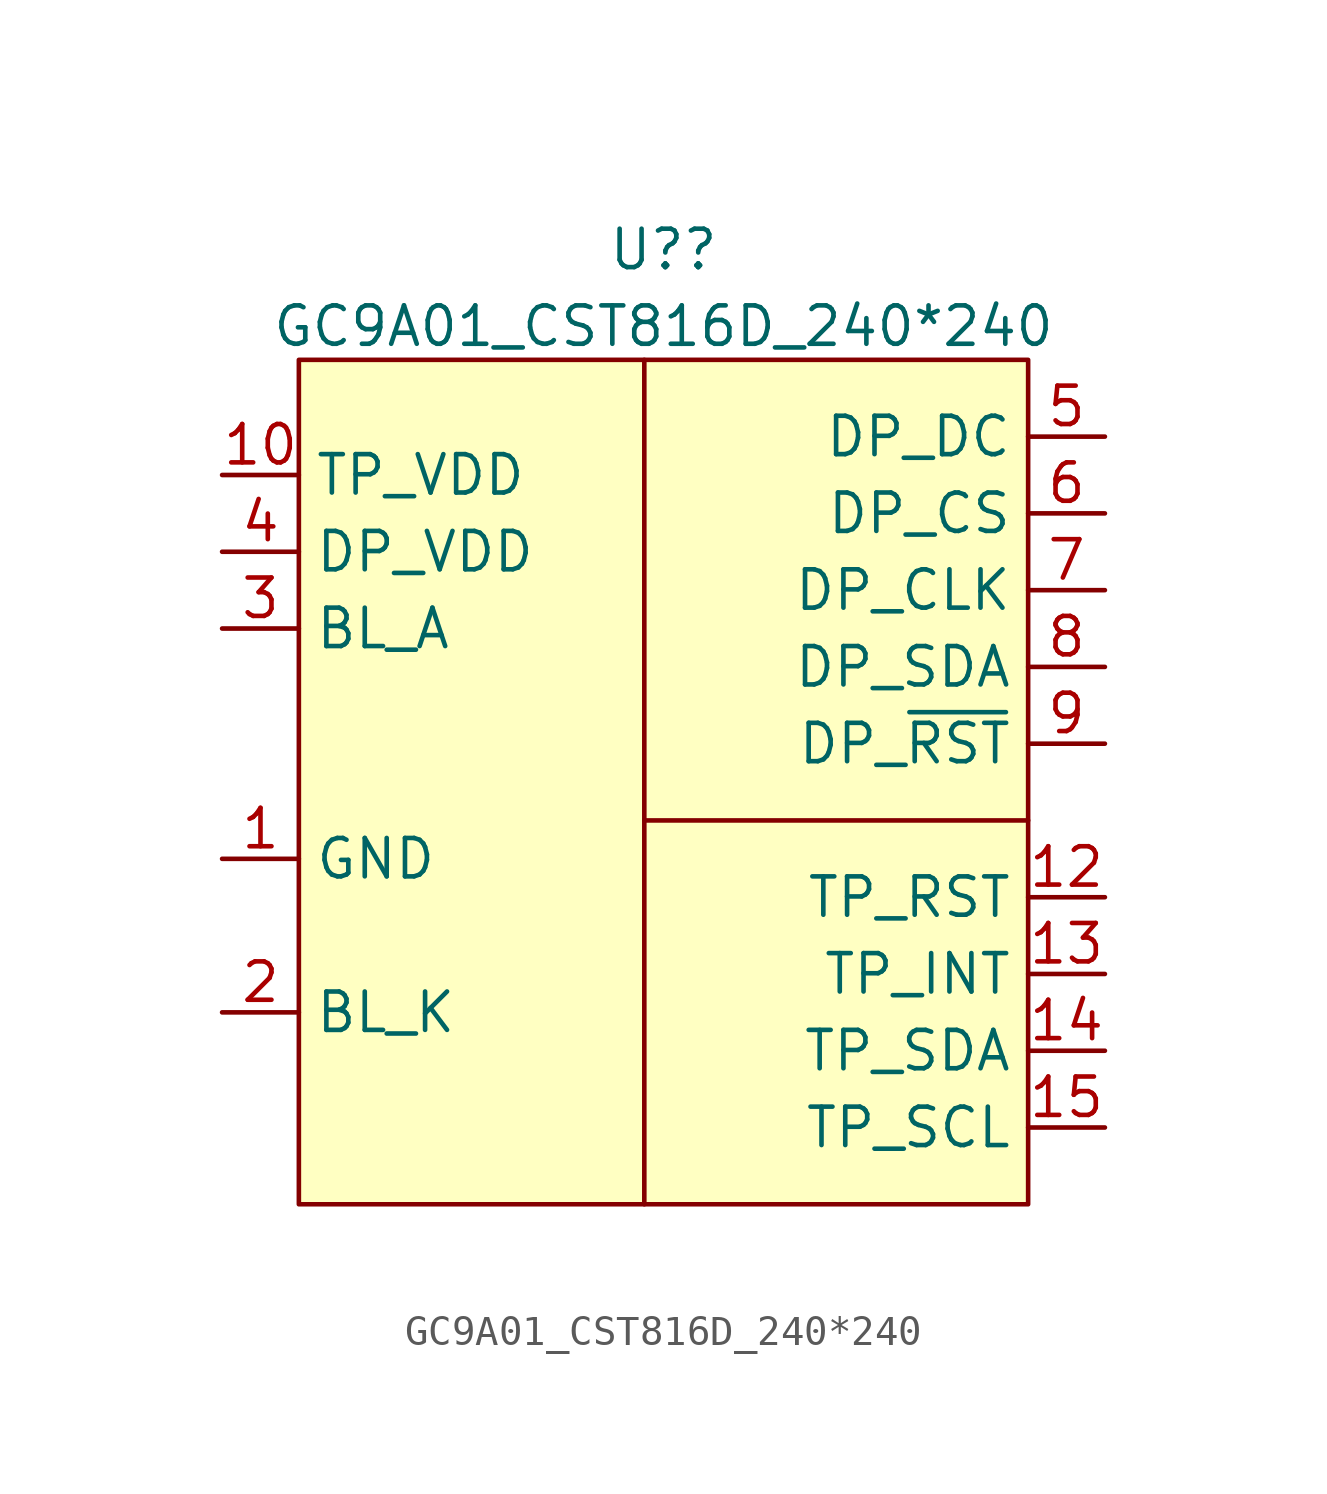
<source format=kicad_sym>
(kicad_symbol_lib
  (version 20211014)
  (generator kicad_symbol_editor)
  (symbol "GC9A01_CST816D_240*240"
    (property "Reference" "U?"
      (at 0.635 3.649 0)
      (effects (font (size 1.27 1.27))))
    (property "Value" "GC9A01_CST816D_240*240"
      (at 0.635 1.112 0)
      (effects (font (size 1.27 1.27))))
    (symbol "GC9A01_CST816D_240*240_0_0"
      (pin passive line (at -13.97 -16.51 0) (length 2.54) (name "GND" (effects (font (size 1.27 1.27)))) (number "1" (effects (font (size 1.27 1.27)))))
      (pin power_in line (at -13.97 -3.81 0) (length 2.54) (name "TP_VDD" (effects (font (size 1.27 1.27)))) (number "10" (effects (font (size 1.27 1.27)))))
      (pin passive line (at -13.97 -16.51 0) (length 2.54) hide (name "GND" (effects (font (size 1.27 1.27)))) (number "11" (effects (font (size 1.27 1.27)))))
      (pin input line (at 15.24 -17.78 180) (length 2.54) (name "TP_RST" (effects (font (size 1.27 1.27)))) (number "12" (effects (font (size 1.27 1.27)))))
      (pin input line (at 15.24 -20.32 180) (length 2.54) (name "TP_INT" (effects (font (size 1.27 1.27)))) (number "13" (effects (font (size 1.27 1.27)))))
      (pin bidirectional line (at 15.24 -22.86 180) (length 2.54) (name "TP_SDA" (effects (font (size 1.27 1.27)))) (number "14" (effects (font (size 1.27 1.27)))))
      (pin input line (at 15.24 -25.4 180) (length 2.54) (name "TP_SCL" (effects (font (size 1.27 1.27)))) (number "15" (effects (font (size 1.27 1.27)))))
      (pin output line (at -13.97 -21.59 0) (length 2.54) (name "BL_K" (effects (font (size 1.27 1.27)))) (number "2" (effects (font (size 1.27 1.27)))))
      (pin input line (at -13.97 -8.89 0) (length 2.54) (name "BL_A" (effects (font (size 1.27 1.27)))) (number "3" (effects (font (size 1.27 1.27)))))
      (pin power_in line (at -13.97 -6.35 0) (length 2.54) (name "DP_VDD" (effects (font (size 1.27 1.27)))) (number "4" (effects (font (size 1.27 1.27)))))
      (pin input line (at 15.24 -2.54 180) (length 2.54) (name "DP_DC" (effects (font (size 1.27 1.27)))) (number "5" (effects (font (size 1.27 1.27)))))
      (pin input line (at 15.24 -5.08 180) (length 2.54) (name "DP_CS" (effects (font (size 1.27 1.27)))) (number "6" (effects (font (size 1.27 1.27)))))
      (pin input line (at 15.24 -7.62 180) (length 2.54) (name "DP_CLK" (effects (font (size 1.27 1.27)))) (number "7" (effects (font (size 1.27 1.27)))))
      (pin input line (at 15.24 -10.16 180) (length 2.54) (name "DP_SDA" (effects (font (size 1.27 1.27)))) (number "8" (effects (font (size 1.27 1.27)))))
      (pin input line (at 15.24 -12.7 180) (length 2.54) (name "DP_~{RST}" (effects (font (size 1.27 1.27)))) (number "9" (effects (font (size 1.27 1.27)))))
      (pin passive line (at -13.97 -16.51 0) (length 2.54) hide (name "MP" (effects (font (size 1.27 1.27)))) (number "MP" (effects (font (size 1.27 1.27))))))
    (symbol "GC9A01_CST816D_240*240_0_1"
      (rectangle (start -11.43 0) (end 12.7 -27.94) (stroke (width 0.152) (type default) (color 0 0 0 0)) (fill (type background)))
      (polyline (pts (xy 0 -15.24) (xy 0 -27.94)) (stroke (width 0.152) (type default) (color 0 0 0 0)) (fill (type none)))
      (polyline (pts (xy 0 0) (xy 0 -15.24) (xy 12.7 -15.24)) (stroke (width 0.152) (type default) (color 0 0 0 0)) (fill (type none))))))
</source>
